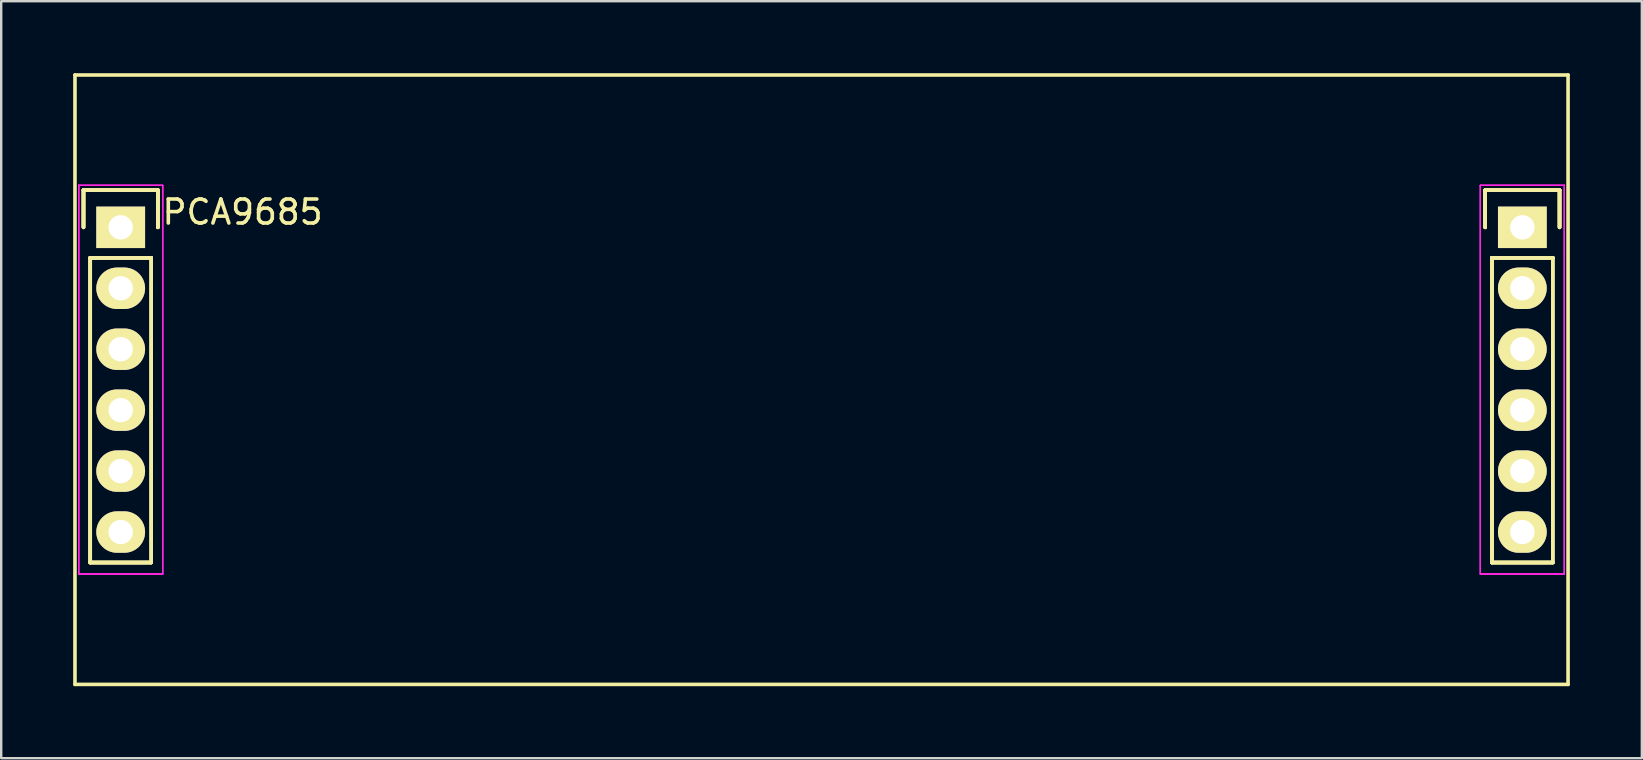
<source format=kicad_pcb>
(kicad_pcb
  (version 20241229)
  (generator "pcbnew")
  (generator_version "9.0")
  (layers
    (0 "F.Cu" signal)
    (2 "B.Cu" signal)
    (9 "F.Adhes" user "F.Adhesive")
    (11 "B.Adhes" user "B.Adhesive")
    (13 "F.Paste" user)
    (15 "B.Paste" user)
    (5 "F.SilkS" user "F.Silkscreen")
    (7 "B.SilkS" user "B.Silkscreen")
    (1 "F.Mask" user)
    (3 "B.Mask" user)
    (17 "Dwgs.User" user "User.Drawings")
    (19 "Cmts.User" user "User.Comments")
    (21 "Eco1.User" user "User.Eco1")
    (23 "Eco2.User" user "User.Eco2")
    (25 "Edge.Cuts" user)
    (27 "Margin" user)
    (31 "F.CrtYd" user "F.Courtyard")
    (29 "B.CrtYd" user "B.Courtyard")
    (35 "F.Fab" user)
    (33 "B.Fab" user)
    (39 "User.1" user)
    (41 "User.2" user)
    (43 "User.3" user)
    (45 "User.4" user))
  (footprint "PCA9685"
    (layer "F.Cu")
    (at 1.98 1.98)
    (property "Reference" "PCA9685" (at 5.08 3.81 0) (layer "F.SilkS") (effects (font (size 1 1) (thickness 0.15))))
    (attr through_hole)
    (fp_line (start -1.905 -1.905) (end 60.325 -1.905) (stroke (width 0.15) (type solid)) (layer "F.SilkS"))
    (fp_line (start -1.905 23.495) (end -1.905 -1.905) (stroke (width 0.15) (type solid)) (layer "F.SilkS"))
    (fp_line (start -1.55 2.895) (end 1.55 2.895) (stroke (width 0.15) (type solid)) (layer "F.SilkS"))
    (fp_line (start -1.55 2.895) (end 1.55 2.895) (stroke (width 0.15) (type solid)) (layer "F.SilkS"))
    (fp_line (start -1.55 2.895) (end 1.55 2.895) (stroke (width 0.15) (type solid)) (layer "F.SilkS"))
    (fp_line (start -1.55 2.895) (end 1.55 2.895) (stroke (width 0.15) (type solid)) (layer "F.SilkS"))
    (fp_line (start -1.55 4.445) (end -1.55 2.895) (stroke (width 0.15) (type solid)) (layer "F.SilkS"))
    (fp_line (start -1.55 4.445) (end -1.55 2.895) (stroke (width 0.15) (type solid)) (layer "F.SilkS"))
    (fp_line (start -1.55 4.445) (end -1.55 2.895) (stroke (width 0.15) (type solid)) (layer "F.SilkS"))
    (fp_line (start -1.55 4.445) (end -1.55 2.895) (stroke (width 0.15) (type solid)) (layer "F.SilkS"))
    (fp_line (start -1.27 18.415) (end -1.27 5.715) (stroke (width 0.15) (type solid)) (layer "F.SilkS"))
    (fp_line (start -1.27 18.415) (end -1.27 5.715) (stroke (width 0.15) (type solid)) (layer "F.SilkS"))
    (fp_line (start -1.27 18.415) (end -1.27 5.715) (stroke (width 0.15) (type solid)) (layer "F.SilkS"))
    (fp_line (start -1.27 18.415) (end -1.27 5.715) (stroke (width 0.15) (type solid)) (layer "F.SilkS"))
    (fp_line (start 1.27 5.715) (end -1.27 5.715) (stroke (width 0.15) (type solid)) (layer "F.SilkS"))
    (fp_line (start 1.27 5.715) (end -1.27 5.715) (stroke (width 0.15) (type solid)) (layer "F.SilkS"))
    (fp_line (start 1.27 5.715) (end -1.27 5.715) (stroke (width 0.15) (type solid)) (layer "F.SilkS"))
    (fp_line (start 1.27 5.715) (end -1.27 5.715) (stroke (width 0.15) (type solid)) (layer "F.SilkS"))
    (fp_line (start 1.27 5.715) (end 1.27 18.415) (stroke (width 0.15) (type solid)) (layer "F.SilkS"))
    (fp_line (start 1.27 5.715) (end 1.27 18.415) (stroke (width 0.15) (type solid)) (layer "F.SilkS"))
    (fp_line (start 1.27 18.415) (end -1.27 18.415) (stroke (width 0.15) (type solid)) (layer "F.SilkS"))
    (fp_line (start 1.27 18.415) (end -1.27 18.415) (stroke (width 0.15) (type solid)) (layer "F.SilkS"))
    (fp_line (start 1.27 18.415) (end -1.27 18.415) (stroke (width 0.15) (type solid)) (layer "F.SilkS"))
    (fp_line (start 1.27 18.415) (end -1.27 18.415) (stroke (width 0.15) (type solid)) (layer "F.SilkS"))
    (fp_line (start 1.55 2.895) (end 1.55 4.445) (stroke (width 0.15) (type solid)) (layer "F.SilkS"))
    (fp_line (start 1.55 2.895) (end 1.55 4.445) (stroke (width 0.15) (type solid)) (layer "F.SilkS"))
    (fp_line (start 1.55 2.895) (end 1.55 4.445) (stroke (width 0.15) (type solid)) (layer "F.SilkS"))
    (fp_line (start 1.55 2.895) (end 1.55 4.445) (stroke (width 0.15) (type solid)) (layer "F.SilkS"))
    (fp_line (start 56.87 2.895) (end 59.97 2.895) (stroke (width 0.15) (type solid)) (layer "F.SilkS"))
    (fp_line (start 56.87 2.895) (end 59.97 2.895) (stroke (width 0.15) (type solid)) (layer "F.SilkS"))
    (fp_line (start 56.87 2.895) (end 59.97 2.895) (stroke (width 0.15) (type solid)) (layer "F.SilkS"))
    (fp_line (start 56.87 2.895) (end 59.97 2.895) (stroke (width 0.15) (type solid)) (layer "F.SilkS"))
    (fp_line (start 56.87 4.445) (end 56.87 2.895) (stroke (width 0.15) (type solid)) (layer "F.SilkS"))
    (fp_line (start 56.87 4.445) (end 56.87 2.895) (stroke (width 0.15) (type solid)) (layer "F.SilkS"))
    (fp_line (start 56.87 4.445) (end 56.87 2.895) (stroke (width 0.15) (type solid)) (layer "F.SilkS"))
    (fp_line (start 56.87 4.445) (end 56.87 2.895) (stroke (width 0.15) (type solid)) (layer "F.SilkS"))
    (fp_line (start 57.15 18.415) (end 57.15 5.715) (stroke (width 0.15) (type solid)) (layer "F.SilkS"))
    (fp_line (start 57.15 18.415) (end 57.15 5.715) (stroke (width 0.15) (type solid)) (layer "F.SilkS"))
    (fp_line (start 57.15 18.415) (end 57.15 5.715) (stroke (width 0.15) (type solid)) (layer "F.SilkS"))
    (fp_line (start 57.15 18.415) (end 57.15 5.715) (stroke (width 0.15) (type solid)) (layer "F.SilkS"))
    (fp_line (start 59.69 5.715) (end 57.15 5.715) (stroke (width 0.15) (type solid)) (layer "F.SilkS"))
    (fp_line (start 59.69 5.715) (end 57.15 5.715) (stroke (width 0.15) (type solid)) (layer "F.SilkS"))
    (fp_line (start 59.69 5.715) (end 57.15 5.715) (stroke (width 0.15) (type solid)) (layer "F.SilkS"))
    (fp_line (start 59.69 5.715) (end 57.15 5.715) (stroke (width 0.15) (type solid)) (layer "F.SilkS"))
    (fp_line (start 59.69 5.715) (end 59.69 18.415) (stroke (width 0.15) (type solid)) (layer "F.SilkS"))
    (fp_line (start 59.69 5.715) (end 59.69 18.415) (stroke (width 0.15) (type solid)) (layer "F.SilkS"))
    (fp_line (start 59.69 18.415) (end 57.15 18.415) (stroke (width 0.15) (type solid)) (layer "F.SilkS"))
    (fp_line (start 59.69 18.415) (end 57.15 18.415) (stroke (width 0.15) (type solid)) (layer "F.SilkS"))
    (fp_line (start 59.69 18.415) (end 57.15 18.415) (stroke (width 0.15) (type solid)) (layer "F.SilkS"))
    (fp_line (start 59.69 18.415) (end 57.15 18.415) (stroke (width 0.15) (type solid)) (layer "F.SilkS"))
    (fp_line (start 59.97 2.895) (end 59.97 4.445) (stroke (width 0.15) (type solid)) (layer "F.SilkS"))
    (fp_line (start 59.97 2.895) (end 59.97 4.445) (stroke (width 0.15) (type solid)) (layer "F.SilkS"))
    (fp_line (start 59.97 2.895) (end 59.97 4.445) (stroke (width 0.15) (type solid)) (layer "F.SilkS"))
    (fp_line (start 59.97 2.895) (end 59.97 4.445) (stroke (width 0.15) (type solid)) (layer "F.SilkS"))
    (fp_line (start 60.325 -1.905) (end 60.325 23.495) (stroke (width 0.15) (type solid)) (layer "F.SilkS"))
    (fp_line (start 60.325 23.495) (end -1.905 23.495) (stroke (width 0.15) (type solid)) (layer "F.SilkS"))
    (fp_line (start -1.75 2.695) (end -1.75 18.895) (stroke (width 0.05) (type solid)) (layer "F.CrtYd"))
    (fp_line (start -1.75 2.695) (end -1.75 18.895) (stroke (width 0.05) (type solid)) (layer "F.CrtYd"))
    (fp_line (start -1.75 2.695) (end -1.75 18.895) (stroke (width 0.05) (type solid)) (layer "F.CrtYd"))
    (fp_line (start -1.75 2.695) (end -1.75 18.895) (stroke (width 0.05) (type solid)) (layer "F.CrtYd"))
    (fp_line (start -1.75 2.695) (end 1.75 2.695) (stroke (width 0.05) (type solid)) (layer "F.CrtYd"))
    (fp_line (start -1.75 2.695) (end 1.75 2.695) (stroke (width 0.05) (type solid)) (layer "F.CrtYd"))
    (fp_line (start -1.75 2.695) (end 1.75 2.695) (stroke (width 0.05) (type solid)) (layer "F.CrtYd"))
    (fp_line (start -1.75 2.695) (end 1.75 2.695) (stroke (width 0.05) (type solid)) (layer "F.CrtYd"))
    (fp_line (start -1.75 18.895) (end 1.75 18.895) (stroke (width 0.05) (type solid)) (layer "F.CrtYd"))
    (fp_line (start -1.75 18.895) (end 1.75 18.895) (stroke (width 0.05) (type solid)) (layer "F.CrtYd"))
    (fp_line (start -1.75 18.895) (end 1.75 18.895) (stroke (width 0.05) (type solid)) (layer "F.CrtYd"))
    (fp_line (start -1.75 18.895) (end 1.75 18.895) (stroke (width 0.05) (type solid)) (layer "F.CrtYd"))
    (fp_line (start 1.75 2.695) (end 1.75 18.895) (stroke (width 0.05) (type solid)) (layer "F.CrtYd"))
    (fp_line (start 1.75 2.695) (end 1.75 18.895) (stroke (width 0.05) (type solid)) (layer "F.CrtYd"))
    (fp_line (start 1.75 2.695) (end 1.75 18.895) (stroke (width 0.05) (type solid)) (layer "F.CrtYd"))
    (fp_line (start 1.75 2.695) (end 1.75 18.895) (stroke (width 0.05) (type solid)) (layer "F.CrtYd"))
    (fp_line (start 56.67 2.695) (end 56.67 18.895) (stroke (width 0.05) (type solid)) (layer "F.CrtYd"))
    (fp_line (start 56.67 2.695) (end 56.67 18.895) (stroke (width 0.05) (type solid)) (layer "F.CrtYd"))
    (fp_line (start 56.67 2.695) (end 56.67 18.895) (stroke (width 0.05) (type solid)) (layer "F.CrtYd"))
    (fp_line (start 56.67 2.695) (end 56.67 18.895) (stroke (width 0.05) (type solid)) (layer "F.CrtYd"))
    (fp_line (start 56.67 2.695) (end 60.17 2.695) (stroke (width 0.05) (type solid)) (layer "F.CrtYd"))
    (fp_line (start 56.67 2.695) (end 60.17 2.695) (stroke (width 0.05) (type solid)) (layer "F.CrtYd"))
    (fp_line (start 56.67 2.695) (end 60.17 2.695) (stroke (width 0.05) (type solid)) (layer "F.CrtYd"))
    (fp_line (start 56.67 2.695) (end 60.17 2.695) (stroke (width 0.05) (type solid)) (layer "F.CrtYd"))
    (fp_line (start 56.67 18.895) (end 60.17 18.895) (stroke (width 0.05) (type solid)) (layer "F.CrtYd"))
    (fp_line (start 56.67 18.895) (end 60.17 18.895) (stroke (width 0.05) (type solid)) (layer "F.CrtYd"))
    (fp_line (start 56.67 18.895) (end 60.17 18.895) (stroke (width 0.05) (type solid)) (layer "F.CrtYd"))
    (fp_line (start 56.67 18.895) (end 60.17 18.895) (stroke (width 0.05) (type solid)) (layer "F.CrtYd"))
    (fp_line (start 60.17 2.695) (end 60.17 18.895) (stroke (width 0.05) (type solid)) (layer "F.CrtYd"))
    (fp_line (start 60.17 2.695) (end 60.17 18.895) (stroke (width 0.05) (type solid)) (layer "F.CrtYd"))
    (fp_line (start 60.17 2.695) (end 60.17 18.895) (stroke (width 0.05) (type solid)) (layer "F.CrtYd"))
    (fp_line (start 60.17 2.695) (end 60.17 18.895) (stroke (width 0.05) (type solid)) (layer "F.CrtYd"))
    (pad "1" thru_hole rect (at 0 4.445) (size 2.032 1.727) (drill 1.016) (layers "*.Cu" "*.Mask" "F.SilkS"))
    (pad "1" thru_hole rect (at 58.42 4.445) (size 2.032 1.727) (drill 1.016) (layers "*.Cu" "*.Mask" "F.SilkS"))
    (pad "2" thru_hole oval (at 0 6.985) (size 2.032 1.727) (drill 1.016) (layers "*.Cu" "*.Mask" "F.SilkS"))
    (pad "2" thru_hole oval (at 58.42 6.985) (size 2.032 1.727) (drill 1.016) (layers "*.Cu" "*.Mask" "F.SilkS"))
    (pad "3" thru_hole oval (at 0 9.525) (size 2.032 1.727) (drill 1.016) (layers "*.Cu" "*.Mask" "F.SilkS"))
    (pad "3" thru_hole oval (at 58.42 9.525) (size 2.032 1.727) (drill 1.016) (layers "*.Cu" "*.Mask" "F.SilkS"))
    (pad "4" thru_hole oval (at 0 12.065) (size 2.032 1.727) (drill 1.016) (layers "*.Cu" "*.Mask" "F.SilkS"))
    (pad "4" thru_hole oval (at 58.42 12.065) (size 2.032 1.727) (drill 1.016) (layers "*.Cu" "*.Mask" "F.SilkS"))
    (pad "5" thru_hole oval (at 0 14.605) (size 2.032 1.727) (drill 1.016) (layers "*.Cu" "*.Mask" "F.SilkS"))
    (pad "5" thru_hole oval (at 58.42 14.605) (size 2.032 1.727) (drill 1.016) (layers "*.Cu" "*.Mask" "F.SilkS"))
    (pad "6" thru_hole oval (at 0 17.145) (size 2.032 1.727) (drill 1.016) (layers "*.Cu" "*.Mask" "F.SilkS"))
    (pad "6" thru_hole oval (at 58.42 17.145) (size 2.032 1.727) (drill 1.016) (layers "*.Cu" "*.Mask" "F.SilkS")))
  (gr_rect
    (start -3 -3)
    (end 65.38 28.55)
    (stroke (width 0.1) (type default))
    (fill no)
    (layer "Edge.Cuts")))
</source>
